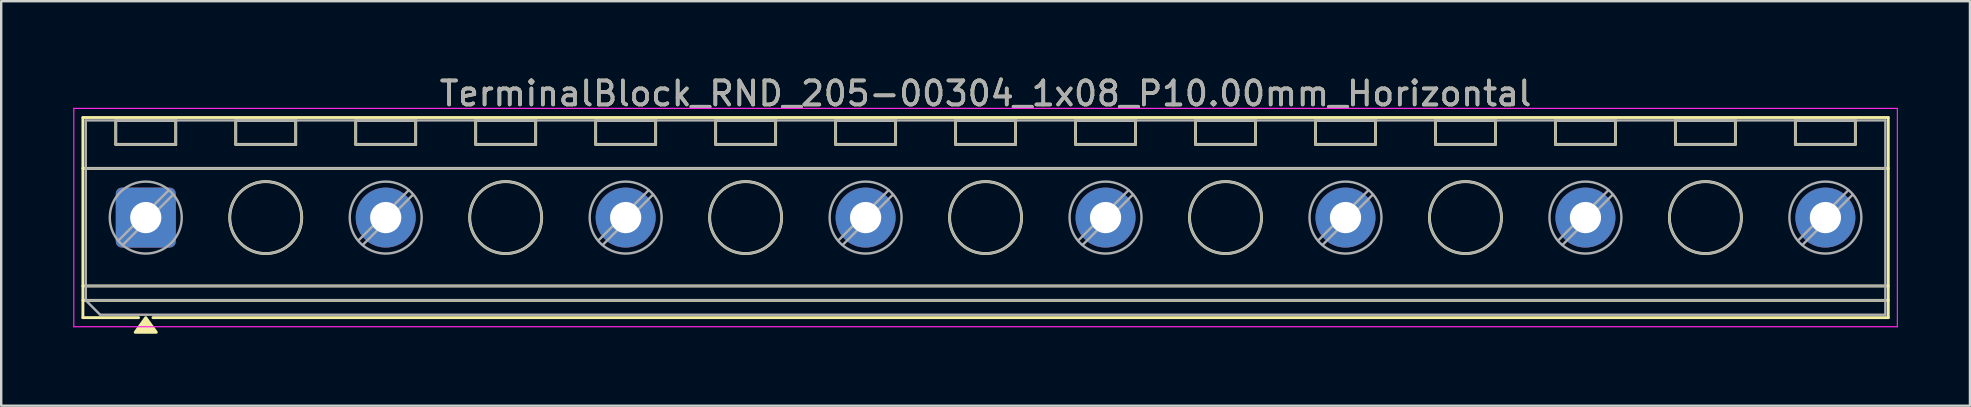
<source format=kicad_pcb>
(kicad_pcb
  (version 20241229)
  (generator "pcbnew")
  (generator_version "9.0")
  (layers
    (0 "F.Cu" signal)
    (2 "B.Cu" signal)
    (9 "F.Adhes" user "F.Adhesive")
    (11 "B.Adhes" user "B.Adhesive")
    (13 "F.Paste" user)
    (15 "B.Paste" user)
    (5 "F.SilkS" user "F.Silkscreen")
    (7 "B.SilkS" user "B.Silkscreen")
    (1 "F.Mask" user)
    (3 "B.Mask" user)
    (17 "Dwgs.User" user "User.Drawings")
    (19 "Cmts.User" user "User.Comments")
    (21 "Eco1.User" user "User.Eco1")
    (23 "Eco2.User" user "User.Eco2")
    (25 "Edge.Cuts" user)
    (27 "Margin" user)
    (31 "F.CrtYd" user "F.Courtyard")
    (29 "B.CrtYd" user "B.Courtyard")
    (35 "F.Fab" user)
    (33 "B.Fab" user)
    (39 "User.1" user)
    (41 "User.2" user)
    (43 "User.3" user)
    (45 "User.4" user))
  (footprint "TerminalBlock_RND_205-00304_1x08_P10.00mm_Horizontal"
    (layer "F.Cu")
    (at 3.025 6.018)
    (property "Reference" "TerminalBlock_RND_205-00304_1x08_P10.00mm_Horizontal" (at 35 -5.17 0) (layer "F.SilkS") (effects (font (size 1 1) (thickness 0.15))))
    (attr through_hole)
    (fp_line (start -2.62 -4.17) (end -2.62 4.17) (stroke (width 0.12) (type solid)) (layer "F.SilkS"))
    (fp_line (start -2.62 -4.17) (end 72.62 -4.17) (stroke (width 0.12) (type solid)) (layer "F.SilkS"))
    (fp_line (start -2.62 -2.05) (end 72.62 -2.05) (stroke (width 0.12) (type solid)) (layer "F.SilkS"))
    (fp_line (start -2.62 2.85) (end 72.62 2.85) (stroke (width 0.12) (type solid)) (layer "F.SilkS"))
    (fp_line (start -2.62 3.45) (end 72.62 3.45) (stroke (width 0.12) (type solid)) (layer "F.SilkS"))
    (fp_line (start -2.62 4.17) (end -0.3 4.17) (stroke (width 0.12) (type solid)) (layer "F.SilkS"))
    (fp_line (start -1.25 -4.05) (end -1.25 -3.05) (stroke (width 0.12) (type solid)) (layer "F.SilkS"))
    (fp_line (start -1.25 -4.05) (end 1.25 -4.05) (stroke (width 0.12) (type solid)) (layer "F.SilkS"))
    (fp_line (start -1.25 -3.05) (end 1.25 -3.05) (stroke (width 0.12) (type solid)) (layer "F.SilkS"))
    (fp_line (start 0.3 4.17) (end 72.62 4.17) (stroke (width 0.12) (type solid)) (layer "F.SilkS"))
    (fp_line (start 1.25 -4.05) (end 1.25 -3.05) (stroke (width 0.12) (type solid)) (layer "F.SilkS"))
    (fp_line (start 3.75 -4.05) (end 3.75 -3.05) (stroke (width 0.12) (type solid)) (layer "F.SilkS"))
    (fp_line (start 3.75 -4.05) (end 6.25 -4.05) (stroke (width 0.12) (type solid)) (layer "F.SilkS"))
    (fp_line (start 3.75 -3.05) (end 6.25 -3.05) (stroke (width 0.12) (type solid)) (layer "F.SilkS"))
    (fp_line (start 6.25 -4.05) (end 6.25 -3.05) (stroke (width 0.12) (type solid)) (layer "F.SilkS"))
    (fp_line (start 8.75 -4.05) (end 8.75 -3.05) (stroke (width 0.12) (type solid)) (layer "F.SilkS"))
    (fp_line (start 8.75 -4.05) (end 11.25 -4.05) (stroke (width 0.12) (type solid)) (layer "F.SilkS"))
    (fp_line (start 8.75 -3.05) (end 11.25 -3.05) (stroke (width 0.12) (type solid)) (layer "F.SilkS"))
    (fp_line (start 11.25 -4.05) (end 11.25 -3.05) (stroke (width 0.12) (type solid)) (layer "F.SilkS"))
    (fp_line (start 13.75 -4.05) (end 13.75 -3.05) (stroke (width 0.12) (type solid)) (layer "F.SilkS"))
    (fp_line (start 13.75 -4.05) (end 16.25 -4.05) (stroke (width 0.12) (type solid)) (layer "F.SilkS"))
    (fp_line (start 13.75 -3.05) (end 16.25 -3.05) (stroke (width 0.12) (type solid)) (layer "F.SilkS"))
    (fp_line (start 16.25 -4.05) (end 16.25 -3.05) (stroke (width 0.12) (type solid)) (layer "F.SilkS"))
    (fp_line (start 18.75 -4.05) (end 18.75 -3.05) (stroke (width 0.12) (type solid)) (layer "F.SilkS"))
    (fp_line (start 18.75 -4.05) (end 21.25 -4.05) (stroke (width 0.12) (type solid)) (layer "F.SilkS"))
    (fp_line (start 18.75 -3.05) (end 21.25 -3.05) (stroke (width 0.12) (type solid)) (layer "F.SilkS"))
    (fp_line (start 21.25 -4.05) (end 21.25 -3.05) (stroke (width 0.12) (type solid)) (layer "F.SilkS"))
    (fp_line (start 23.75 -4.05) (end 23.75 -3.05) (stroke (width 0.12) (type solid)) (layer "F.SilkS"))
    (fp_line (start 23.75 -4.05) (end 26.25 -4.05) (stroke (width 0.12) (type solid)) (layer "F.SilkS"))
    (fp_line (start 23.75 -3.05) (end 26.25 -3.05) (stroke (width 0.12) (type solid)) (layer "F.SilkS"))
    (fp_line (start 26.25 -4.05) (end 26.25 -3.05) (stroke (width 0.12) (type solid)) (layer "F.SilkS"))
    (fp_line (start 28.75 -4.05) (end 28.75 -3.05) (stroke (width 0.12) (type solid)) (layer "F.SilkS"))
    (fp_line (start 28.75 -4.05) (end 31.25 -4.05) (stroke (width 0.12) (type solid)) (layer "F.SilkS"))
    (fp_line (start 28.75 -3.05) (end 31.25 -3.05) (stroke (width 0.12) (type solid)) (layer "F.SilkS"))
    (fp_line (start 31.25 -4.05) (end 31.25 -3.05) (stroke (width 0.12) (type solid)) (layer "F.SilkS"))
    (fp_line (start 33.75 -4.05) (end 33.75 -3.05) (stroke (width 0.12) (type solid)) (layer "F.SilkS"))
    (fp_line (start 33.75 -4.05) (end 36.25 -4.05) (stroke (width 0.12) (type solid)) (layer "F.SilkS"))
    (fp_line (start 33.75 -3.05) (end 36.25 -3.05) (stroke (width 0.12) (type solid)) (layer "F.SilkS"))
    (fp_line (start 36.25 -4.05) (end 36.25 -3.05) (stroke (width 0.12) (type solid)) (layer "F.SilkS"))
    (fp_line (start 38.75 -4.05) (end 38.75 -3.05) (stroke (width 0.12) (type solid)) (layer "F.SilkS"))
    (fp_line (start 38.75 -4.05) (end 41.25 -4.05) (stroke (width 0.12) (type solid)) (layer "F.SilkS"))
    (fp_line (start 38.75 -3.05) (end 41.25 -3.05) (stroke (width 0.12) (type solid)) (layer "F.SilkS"))
    (fp_line (start 41.25 -4.05) (end 41.25 -3.05) (stroke (width 0.12) (type solid)) (layer "F.SilkS"))
    (fp_line (start 43.75 -4.05) (end 43.75 -3.05) (stroke (width 0.12) (type solid)) (layer "F.SilkS"))
    (fp_line (start 43.75 -4.05) (end 46.25 -4.05) (stroke (width 0.12) (type solid)) (layer "F.SilkS"))
    (fp_line (start 43.75 -3.05) (end 46.25 -3.05) (stroke (width 0.12) (type solid)) (layer "F.SilkS"))
    (fp_line (start 46.25 -4.05) (end 46.25 -3.05) (stroke (width 0.12) (type solid)) (layer "F.SilkS"))
    (fp_line (start 48.75 -4.05) (end 48.75 -3.05) (stroke (width 0.12) (type solid)) (layer "F.SilkS"))
    (fp_line (start 48.75 -4.05) (end 51.25 -4.05) (stroke (width 0.12) (type solid)) (layer "F.SilkS"))
    (fp_line (start 48.75 -3.05) (end 51.25 -3.05) (stroke (width 0.12) (type solid)) (layer "F.SilkS"))
    (fp_line (start 51.25 -4.05) (end 51.25 -3.05) (stroke (width 0.12) (type solid)) (layer "F.SilkS"))
    (fp_line (start 53.75 -4.05) (end 53.75 -3.05) (stroke (width 0.12) (type solid)) (layer "F.SilkS"))
    (fp_line (start 53.75 -4.05) (end 56.25 -4.05) (stroke (width 0.12) (type solid)) (layer "F.SilkS"))
    (fp_line (start 53.75 -3.05) (end 56.25 -3.05) (stroke (width 0.12) (type solid)) (layer "F.SilkS"))
    (fp_line (start 56.25 -4.05) (end 56.25 -3.05) (stroke (width 0.12) (type solid)) (layer "F.SilkS"))
    (fp_line (start 58.75 -4.05) (end 58.75 -3.05) (stroke (width 0.12) (type solid)) (layer "F.SilkS"))
    (fp_line (start 58.75 -4.05) (end 61.25 -4.05) (stroke (width 0.12) (type solid)) (layer "F.SilkS"))
    (fp_line (start 58.75 -3.05) (end 61.25 -3.05) (stroke (width 0.12) (type solid)) (layer "F.SilkS"))
    (fp_line (start 61.25 -4.05) (end 61.25 -3.05) (stroke (width 0.12) (type solid)) (layer "F.SilkS"))
    (fp_line (start 63.75 -4.05) (end 63.75 -3.05) (stroke (width 0.12) (type solid)) (layer "F.SilkS"))
    (fp_line (start 63.75 -4.05) (end 66.25 -4.05) (stroke (width 0.12) (type solid)) (layer "F.SilkS"))
    (fp_line (start 63.75 -3.05) (end 66.25 -3.05) (stroke (width 0.12) (type solid)) (layer "F.SilkS"))
    (fp_line (start 66.25 -4.05) (end 66.25 -3.05) (stroke (width 0.12) (type solid)) (layer "F.SilkS"))
    (fp_line (start 68.75 -4.05) (end 68.75 -3.05) (stroke (width 0.12) (type solid)) (layer "F.SilkS"))
    (fp_line (start 68.75 -4.05) (end 71.25 -4.05) (stroke (width 0.12) (type solid)) (layer "F.SilkS"))
    (fp_line (start 68.75 -3.05) (end 71.25 -3.05) (stroke (width 0.12) (type solid)) (layer "F.SilkS"))
    (fp_line (start 71.25 -4.05) (end 71.25 -3.05) (stroke (width 0.12) (type solid)) (layer "F.SilkS"))
    (fp_line (start 72.62 -4.17) (end 72.62 4.17) (stroke (width 0.12) (type solid)) (layer "F.SilkS"))
    (fp_circle (center 5 0) (end 6.5 0) (stroke (width 0.12) (type solid)) (fill no) (layer "F.SilkS"))
    (fp_circle (center 15 0) (end 16.5 0) (stroke (width 0.12) (type solid)) (fill no) (layer "F.SilkS"))
    (fp_circle (center 25 0) (end 26.5 0) (stroke (width 0.12) (type solid)) (fill no) (layer "F.SilkS"))
    (fp_circle (center 35 0) (end 36.5 0) (stroke (width 0.12) (type solid)) (fill no) (layer "F.SilkS"))
    (fp_circle (center 45 0) (end 46.5 0) (stroke (width 0.12) (type solid)) (fill no) (layer "F.SilkS"))
    (fp_circle (center 55 0) (end 56.5 0) (stroke (width 0.12) (type solid)) (fill no) (layer "F.SilkS"))
    (fp_circle (center 65 0) (end 66.5 0) (stroke (width 0.12) (type solid)) (fill no) (layer "F.SilkS"))
    (fp_poly (pts (xy 0 4.17) (xy 0.44 4.78) (xy -0.44 4.78)) (stroke (width 0.12) (type solid)) (fill yes) (layer "F.SilkS"))
    (fp_line (start -3 -4.55) (end -3 4.55) (stroke (width 0.05) (type solid)) (layer "F.CrtYd"))
    (fp_line (start -3 4.55) (end 73 4.55) (stroke (width 0.05) (type solid)) (layer "F.CrtYd"))
    (fp_line (start 73 -4.55) (end -3 -4.55) (stroke (width 0.05) (type solid)) (layer "F.CrtYd"))
    (fp_line (start 73 4.55) (end 73 -4.55) (stroke (width 0.05) (type solid)) (layer "F.CrtYd"))
    (fp_line (start -2.5 -4.05) (end 72.5 -4.05) (stroke (width 0.1) (type solid)) (layer "F.Fab"))
    (fp_line (start -2.5 -2.05) (end 72.5 -2.05) (stroke (width 0.1) (type solid)) (layer "F.Fab"))
    (fp_line (start -2.5 2.85) (end 72.5 2.85) (stroke (width 0.1) (type solid)) (layer "F.Fab"))
    (fp_line (start -2.5 3.45) (end -2.5 -4.05) (stroke (width 0.1) (type solid)) (layer "F.Fab"))
    (fp_line (start -2.5 3.45) (end 72.5 3.45) (stroke (width 0.1) (type solid)) (layer "F.Fab"))
    (fp_line (start -1.9 4.05) (end -2.5 3.45) (stroke (width 0.1) (type solid)) (layer "F.Fab"))
    (fp_line (start -1.25 -4.05) (end -1.25 -3.05) (stroke (width 0.1) (type solid)) (layer "F.Fab"))
    (fp_line (start -1.25 -3.05) (end 1.25 -3.05) (stroke (width 0.1) (type solid)) (layer "F.Fab"))
    (fp_line (start 0.955 -1.138) (end -1.138 0.955) (stroke (width 0.1) (type solid)) (layer "F.Fab"))
    (fp_line (start 1.138 -0.955) (end -0.955 1.138) (stroke (width 0.1) (type solid)) (layer "F.Fab"))
    (fp_line (start 1.25 -4.05) (end -1.25 -4.05) (stroke (width 0.1) (type solid)) (layer "F.Fab"))
    (fp_line (start 1.25 -3.05) (end 1.25 -4.05) (stroke (width 0.1) (type solid)) (layer "F.Fab"))
    (fp_line (start 3.75 -4.05) (end 3.75 -3.05) (stroke (width 0.1) (type solid)) (layer "F.Fab"))
    (fp_line (start 3.75 -3.05) (end 6.25 -3.05) (stroke (width 0.1) (type solid)) (layer "F.Fab"))
    (fp_line (start 6.25 -4.05) (end 3.75 -4.05) (stroke (width 0.1) (type solid)) (layer "F.Fab"))
    (fp_line (start 6.25 -3.05) (end 6.25 -4.05) (stroke (width 0.1) (type solid)) (layer "F.Fab"))
    (fp_line (start 8.75 -4.05) (end 8.75 -3.05) (stroke (width 0.1) (type solid)) (layer "F.Fab"))
    (fp_line (start 8.75 -3.05) (end 11.25 -3.05) (stroke (width 0.1) (type solid)) (layer "F.Fab"))
    (fp_line (start 10.955 -1.138) (end 8.862 0.955) (stroke (width 0.1) (type solid)) (layer "F.Fab"))
    (fp_line (start 11.138 -0.955) (end 9.045 1.138) (stroke (width 0.1) (type solid)) (layer "F.Fab"))
    (fp_line (start 11.25 -4.05) (end 8.75 -4.05) (stroke (width 0.1) (type solid)) (layer "F.Fab"))
    (fp_line (start 11.25 -3.05) (end 11.25 -4.05) (stroke (width 0.1) (type solid)) (layer "F.Fab"))
    (fp_line (start 13.75 -4.05) (end 13.75 -3.05) (stroke (width 0.1) (type solid)) (layer "F.Fab"))
    (fp_line (start 13.75 -3.05) (end 16.25 -3.05) (stroke (width 0.1) (type solid)) (layer "F.Fab"))
    (fp_line (start 16.25 -4.05) (end 13.75 -4.05) (stroke (width 0.1) (type solid)) (layer "F.Fab"))
    (fp_line (start 16.25 -3.05) (end 16.25 -4.05) (stroke (width 0.1) (type solid)) (layer "F.Fab"))
    (fp_line (start 18.75 -4.05) (end 18.75 -3.05) (stroke (width 0.1) (type solid)) (layer "F.Fab"))
    (fp_line (start 18.75 -3.05) (end 21.25 -3.05) (stroke (width 0.1) (type solid)) (layer "F.Fab"))
    (fp_line (start 20.955 -1.138) (end 18.862 0.955) (stroke (width 0.1) (type solid)) (layer "F.Fab"))
    (fp_line (start 21.138 -0.955) (end 19.045 1.138) (stroke (width 0.1) (type solid)) (layer "F.Fab"))
    (fp_line (start 21.25 -4.05) (end 18.75 -4.05) (stroke (width 0.1) (type solid)) (layer "F.Fab"))
    (fp_line (start 21.25 -3.05) (end 21.25 -4.05) (stroke (width 0.1) (type solid)) (layer "F.Fab"))
    (fp_line (start 23.75 -4.05) (end 23.75 -3.05) (stroke (width 0.1) (type solid)) (layer "F.Fab"))
    (fp_line (start 23.75 -3.05) (end 26.25 -3.05) (stroke (width 0.1) (type solid)) (layer "F.Fab"))
    (fp_line (start 26.25 -4.05) (end 23.75 -4.05) (stroke (width 0.1) (type solid)) (layer "F.Fab"))
    (fp_line (start 26.25 -3.05) (end 26.25 -4.05) (stroke (width 0.1) (type solid)) (layer "F.Fab"))
    (fp_line (start 28.75 -4.05) (end 28.75 -3.05) (stroke (width 0.1) (type solid)) (layer "F.Fab"))
    (fp_line (start 28.75 -3.05) (end 31.25 -3.05) (stroke (width 0.1) (type solid)) (layer "F.Fab"))
    (fp_line (start 30.955 -1.138) (end 28.862 0.955) (stroke (width 0.1) (type solid)) (layer "F.Fab"))
    (fp_line (start 31.138 -0.955) (end 29.045 1.138) (stroke (width 0.1) (type solid)) (layer "F.Fab"))
    (fp_line (start 31.25 -4.05) (end 28.75 -4.05) (stroke (width 0.1) (type solid)) (layer "F.Fab"))
    (fp_line (start 31.25 -3.05) (end 31.25 -4.05) (stroke (width 0.1) (type solid)) (layer "F.Fab"))
    (fp_line (start 33.75 -4.05) (end 33.75 -3.05) (stroke (width 0.1) (type solid)) (layer "F.Fab"))
    (fp_line (start 33.75 -3.05) (end 36.25 -3.05) (stroke (width 0.1) (type solid)) (layer "F.Fab"))
    (fp_line (start 36.25 -4.05) (end 33.75 -4.05) (stroke (width 0.1) (type solid)) (layer "F.Fab"))
    (fp_line (start 36.25 -3.05) (end 36.25 -4.05) (stroke (width 0.1) (type solid)) (layer "F.Fab"))
    (fp_line (start 38.75 -4.05) (end 38.75 -3.05) (stroke (width 0.1) (type solid)) (layer "F.Fab"))
    (fp_line (start 38.75 -3.05) (end 41.25 -3.05) (stroke (width 0.1) (type solid)) (layer "F.Fab"))
    (fp_line (start 40.955 -1.138) (end 38.862 0.955) (stroke (width 0.1) (type solid)) (layer "F.Fab"))
    (fp_line (start 41.138 -0.955) (end 39.045 1.138) (stroke (width 0.1) (type solid)) (layer "F.Fab"))
    (fp_line (start 41.25 -4.05) (end 38.75 -4.05) (stroke (width 0.1) (type solid)) (layer "F.Fab"))
    (fp_line (start 41.25 -3.05) (end 41.25 -4.05) (stroke (width 0.1) (type solid)) (layer "F.Fab"))
    (fp_line (start 43.75 -4.05) (end 43.75 -3.05) (stroke (width 0.1) (type solid)) (layer "F.Fab"))
    (fp_line (start 43.75 -3.05) (end 46.25 -3.05) (stroke (width 0.1) (type solid)) (layer "F.Fab"))
    (fp_line (start 46.25 -4.05) (end 43.75 -4.05) (stroke (width 0.1) (type solid)) (layer "F.Fab"))
    (fp_line (start 46.25 -3.05) (end 46.25 -4.05) (stroke (width 0.1) (type solid)) (layer "F.Fab"))
    (fp_line (start 48.75 -4.05) (end 48.75 -3.05) (stroke (width 0.1) (type solid)) (layer "F.Fab"))
    (fp_line (start 48.75 -3.05) (end 51.25 -3.05) (stroke (width 0.1) (type solid)) (layer "F.Fab"))
    (fp_line (start 50.955 -1.138) (end 48.862 0.955) (stroke (width 0.1) (type solid)) (layer "F.Fab"))
    (fp_line (start 51.138 -0.955) (end 49.045 1.138) (stroke (width 0.1) (type solid)) (layer "F.Fab"))
    (fp_line (start 51.25 -4.05) (end 48.75 -4.05) (stroke (width 0.1) (type solid)) (layer "F.Fab"))
    (fp_line (start 51.25 -3.05) (end 51.25 -4.05) (stroke (width 0.1) (type solid)) (layer "F.Fab"))
    (fp_line (start 53.75 -4.05) (end 53.75 -3.05) (stroke (width 0.1) (type solid)) (layer "F.Fab"))
    (fp_line (start 53.75 -3.05) (end 56.25 -3.05) (stroke (width 0.1) (type solid)) (layer "F.Fab"))
    (fp_line (start 56.25 -4.05) (end 53.75 -4.05) (stroke (width 0.1) (type solid)) (layer "F.Fab"))
    (fp_line (start 56.25 -3.05) (end 56.25 -4.05) (stroke (width 0.1) (type solid)) (layer "F.Fab"))
    (fp_line (start 58.75 -4.05) (end 58.75 -3.05) (stroke (width 0.1) (type solid)) (layer "F.Fab"))
    (fp_line (start 58.75 -3.05) (end 61.25 -3.05) (stroke (width 0.1) (type solid)) (layer "F.Fab"))
    (fp_line (start 60.955 -1.138) (end 58.862 0.955) (stroke (width 0.1) (type solid)) (layer "F.Fab"))
    (fp_line (start 61.138 -0.955) (end 59.045 1.138) (stroke (width 0.1) (type solid)) (layer "F.Fab"))
    (fp_line (start 61.25 -4.05) (end 58.75 -4.05) (stroke (width 0.1) (type solid)) (layer "F.Fab"))
    (fp_line (start 61.25 -3.05) (end 61.25 -4.05) (stroke (width 0.1) (type solid)) (layer "F.Fab"))
    (fp_line (start 63.75 -4.05) (end 63.75 -3.05) (stroke (width 0.1) (type solid)) (layer "F.Fab"))
    (fp_line (start 63.75 -3.05) (end 66.25 -3.05) (stroke (width 0.1) (type solid)) (layer "F.Fab"))
    (fp_line (start 66.25 -4.05) (end 63.75 -4.05) (stroke (width 0.1) (type solid)) (layer "F.Fab"))
    (fp_line (start 66.25 -3.05) (end 66.25 -4.05) (stroke (width 0.1) (type solid)) (layer "F.Fab"))
    (fp_line (start 68.75 -4.05) (end 68.75 -3.05) (stroke (width 0.1) (type solid)) (layer "F.Fab"))
    (fp_line (start 68.75 -3.05) (end 71.25 -3.05) (stroke (width 0.1) (type solid)) (layer "F.Fab"))
    (fp_line (start 70.955 -1.138) (end 68.862 0.955) (stroke (width 0.1) (type solid)) (layer "F.Fab"))
    (fp_line (start 71.138 -0.955) (end 69.045 1.138) (stroke (width 0.1) (type solid)) (layer "F.Fab"))
    (fp_line (start 71.25 -4.05) (end 68.75 -4.05) (stroke (width 0.1) (type solid)) (layer "F.Fab"))
    (fp_line (start 71.25 -3.05) (end 71.25 -4.05) (stroke (width 0.1) (type solid)) (layer "F.Fab"))
    (fp_line (start 72.5 -4.05) (end 72.5 4.05) (stroke (width 0.1) (type solid)) (layer "F.Fab"))
    (fp_line (start 72.5 4.05) (end -1.9 4.05) (stroke (width 0.1) (type solid)) (layer "F.Fab"))
    (fp_circle (center 0 0) (end 1.5 0) (stroke (width 0.1) (type solid)) (fill no) (layer "F.Fab"))
    (fp_circle (center 5 0) (end 6.5 0) (stroke (width 0.1) (type solid)) (fill no) (layer "F.Fab"))
    (fp_circle (center 10 0) (end 11.5 0) (stroke (width 0.1) (type solid)) (fill no) (layer "F.Fab"))
    (fp_circle (center 15 0) (end 16.5 0) (stroke (width 0.1) (type solid)) (fill no) (layer "F.Fab"))
    (fp_circle (center 20 0) (end 21.5 0) (stroke (width 0.1) (type solid)) (fill no) (layer "F.Fab"))
    (fp_circle (center 25 0) (end 26.5 0) (stroke (width 0.1) (type solid)) (fill no) (layer "F.Fab"))
    (fp_circle (center 30 0) (end 31.5 0) (stroke (width 0.1) (type solid)) (fill no) (layer "F.Fab"))
    (fp_circle (center 35 0) (end 36.5 0) (stroke (width 0.1) (type solid)) (fill no) (layer "F.Fab"))
    (fp_circle (center 40 0) (end 41.5 0) (stroke (width 0.1) (type solid)) (fill no) (layer "F.Fab"))
    (fp_circle (center 45 0) (end 46.5 0) (stroke (width 0.1) (type solid)) (fill no) (layer "F.Fab"))
    (fp_circle (center 50 0) (end 51.5 0) (stroke (width 0.1) (type solid)) (fill no) (layer "F.Fab"))
    (fp_circle (center 55 0) (end 56.5 0) (stroke (width 0.1) (type solid)) (fill no) (layer "F.Fab"))
    (fp_circle (center 60 0) (end 61.5 0) (stroke (width 0.1) (type solid)) (fill no) (layer "F.Fab"))
    (fp_circle (center 65 0) (end 66.5 0) (stroke (width 0.1) (type solid)) (fill no) (layer "F.Fab"))
    (fp_circle (center 70 0) (end 71.5 0) (stroke (width 0.1) (type solid)) (fill no) (layer "F.Fab"))
    (fp_text user "${REFERENCE}" (at 35 -5.17 0) (layer "F.Fab") (effects (font (size 1 1) (thickness 0.15))))
    (pad "1" thru_hole roundrect (at 0 0) (size 2.5 2.5) (drill 1.3) (layers "*.Cu" "*.Mask") (roundrect_rratio 0.1))
    (pad "2" thru_hole circle (at 10 0) (size 2.5 2.5) (drill 1.3) (layers "*.Cu" "*.Mask"))
    (pad "3" thru_hole circle (at 20 0) (size 2.5 2.5) (drill 1.3) (layers "*.Cu" "*.Mask"))
    (pad "4" thru_hole circle (at 30 0) (size 2.5 2.5) (drill 1.3) (layers "*.Cu" "*.Mask"))
    (pad "5" thru_hole circle (at 40 0) (size 2.5 2.5) (drill 1.3) (layers "*.Cu" "*.Mask"))
    (pad "6" thru_hole circle (at 50 0) (size 2.5 2.5) (drill 1.3) (layers "*.Cu" "*.Mask"))
    (pad "7" thru_hole circle (at 60 0) (size 2.5 2.5) (drill 1.3) (layers "*.Cu" "*.Mask"))
    (pad "8" thru_hole circle (at 70 0) (size 2.5 2.5) (drill 1.3) (layers "*.Cu" "*.Mask")))
  (gr_rect
    (start -3 -3)
    (end 79.05 13.858)
    (stroke (width 0.1) (type default))
    (fill no)
    (layer "Edge.Cuts")))
</source>
